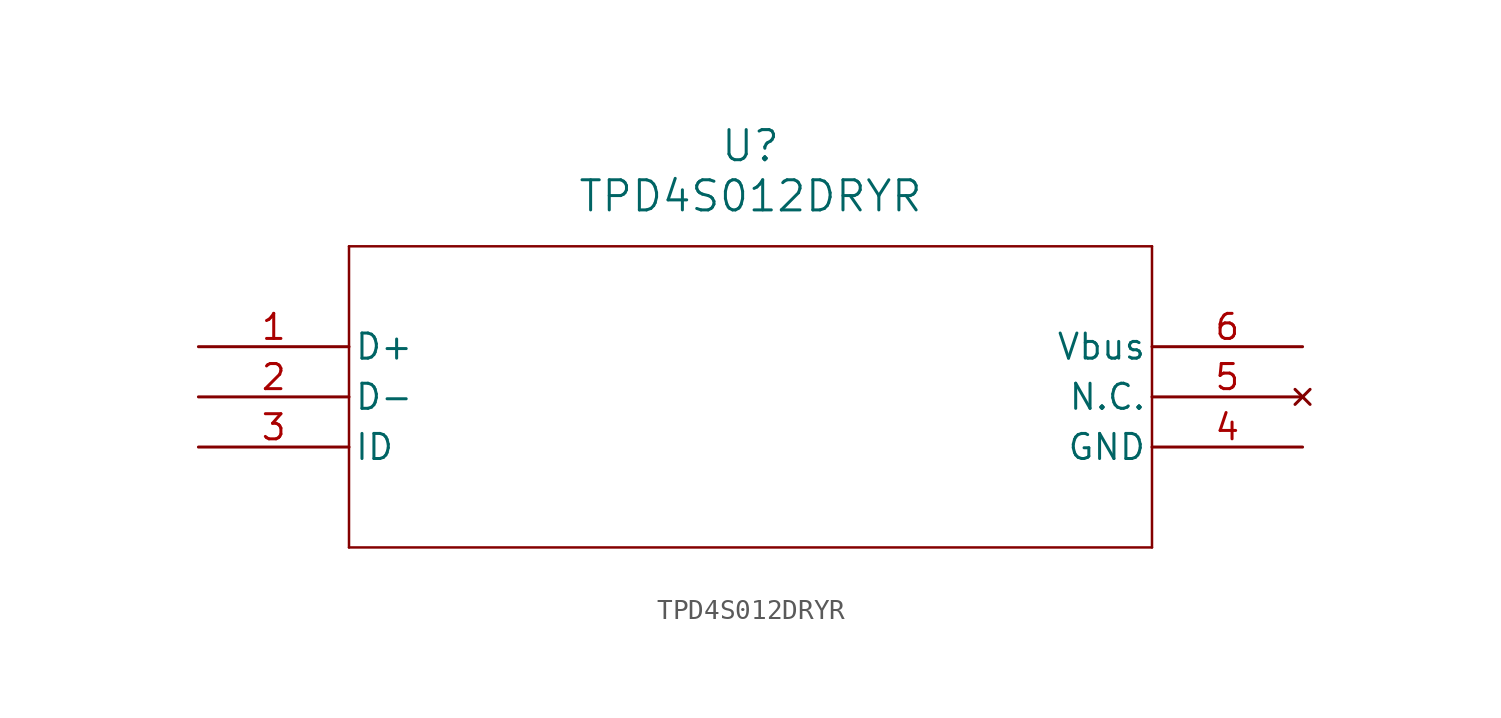
<source format=kicad_sym>
(kicad_symbol_lib
  (version 20211014)
  (generator kicad_symbol_editor)
  (symbol "TPD4S012DRYR"
    (pin_names
      (offset 0.254))
    (property "Reference" "U"
      (at 27.94 10.16 0)
      (effects (font (size 1.524 1.524))))
    (property "Value" "TPD4S012DRYR"
      (at 27.94 7.62 0)
      (effects (font (size 1.524 1.524))))
    (symbol "TPD4S012DRYR_0_1"
      (polyline (pts (xy 7.62 5.08) (xy 7.62 -10.16)) (stroke (width 0.127) (type default) (color 0 0 0 0)) (fill (type none)))
      (polyline (pts (xy 7.62 -10.16) (xy 48.26 -10.16)) (stroke (width 0.127) (type default) (color 0 0 0 0)) (fill (type none)))
      (polyline (pts (xy 48.26 -10.16) (xy 48.26 5.08)) (stroke (width 0.127) (type default) (color 0 0 0 0)) (fill (type none)))
      (polyline (pts (xy 48.26 5.08) (xy 7.62 5.08)) (stroke (width 0.127) (type default) (color 0 0 0 0)) (fill (type none)))
      (pin unspecified line (at 0 0 0) (length 7.62) (name "D+" (effects (font (size 1.27 1.27)))) (number "1" (effects (font (size 1.27 1.27)))))
      (pin unspecified line (at 0 -2.54 0) (length 7.62) (name "D-" (effects (font (size 1.27 1.27)))) (number "2" (effects (font (size 1.27 1.27)))))
      (pin unspecified line (at 0 -5.08 0) (length 7.62) (name "ID" (effects (font (size 1.27 1.27)))) (number "3" (effects (font (size 1.27 1.27)))))
      (pin power_in line (at 55.88 -5.08 180) (length 7.62) (name "GND" (effects (font (size 1.27 1.27)))) (number "4" (effects (font (size 1.27 1.27)))))
      (pin no_connect line (at 55.88 -2.54 180) (length 7.62) (name "N.C." (effects (font (size 1.27 1.27)))) (number "5" (effects (font (size 1.27 1.27)))))
      (pin unspecified line (at 55.88 0 180) (length 7.62) (name "Vbus" (effects (font (size 1.27 1.27)))) (number "6" (effects (font (size 1.27 1.27))))))))
</source>
